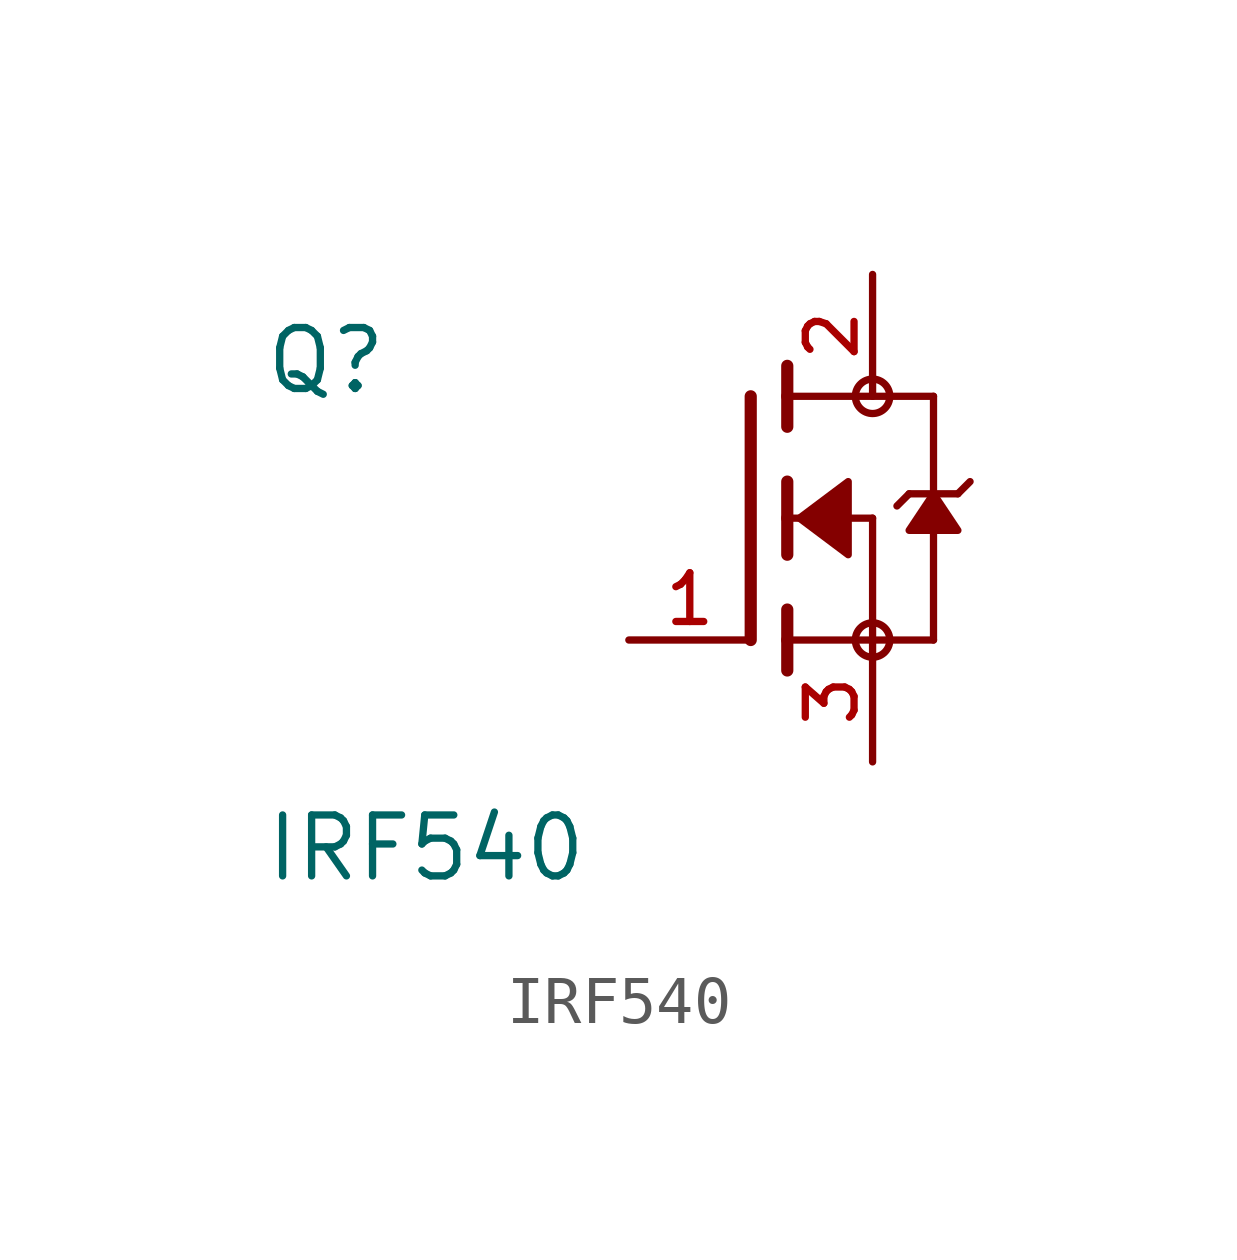
<source format=kicad_sym>
(kicad_symbol_lib
  (version 20211014)
  (generator kicad_symbol_editor)
  (symbol "IRF540"
    (pin_names
      (offset 1.016))
    (property "Reference" "Q"
      (at -10.16 2.54 0)
      (effects (font (size 1.27 1.27)) (justify bottom left)))
    (property "Value" "IRF540"
      (at -10.16 -7.62 0)
      (effects (font (size 1.27 1.27)) (justify bottom left)))
    (symbol "IRF540_0_0"
      (polyline (pts (xy 0.762 0.762) (xy 0.762 0.0)) (stroke (width 0.254)))
      (polyline (pts (xy 0.762 0.0) (xy 0.762 -0.762)) (stroke (width 0.254)))
      (polyline (pts (xy 0.762 3.175) (xy 0.762 2.54)) (stroke (width 0.254)))
      (polyline (pts (xy 0.762 2.54) (xy 0.762 1.905)) (stroke (width 0.254)))
      (polyline (pts (xy 0.762 0.0) (xy 2.54 0.0)) (stroke (width 0.152)))
      (polyline (pts (xy 2.54 0.0) (xy 2.54 -2.54)) (stroke (width 0.152)))
      (polyline (pts (xy 0.762 -1.905) (xy 0.762 -2.54)) (stroke (width 0.254)))
      (polyline (pts (xy 0.762 -2.54) (xy 0.762 -3.175)) (stroke (width 0.254)))
      (polyline (pts (xy 0.0 2.54) (xy 0.0 -2.54)) (stroke (width 0.254)))
      (polyline (pts (xy 2.54 -2.54) (xy 0.762 -2.54)) (stroke (width 0.152)))
      (polyline (pts (xy 3.81 2.54) (xy 3.81 0.508)) (stroke (width 0.152)))
      (polyline (pts (xy 3.81 0.508) (xy 3.81 -2.54)) (stroke (width 0.152)))
      (polyline (pts (xy 2.54 -2.54) (xy 3.81 -2.54)) (stroke (width 0.152)))
      (polyline (pts (xy 0.762 2.54) (xy 3.81 2.54)) (stroke (width 0.152)))
      (polyline (pts (xy 4.572 0.762) (xy 4.318 0.508)) (stroke (width 0.152)))
      (polyline (pts (xy 4.318 0.508) (xy 3.81 0.508)) (stroke (width 0.152)))
      (polyline (pts (xy 3.81 0.508) (xy 3.302 0.508)) (stroke (width 0.152)))
      (polyline (pts (xy 3.302 0.508) (xy 3.048 0.254)) (stroke (width 0.152)))
      (circle (center 2.54 -2.54) (radius 0.359) (stroke (width 0.0)) (fill (type none)))
      (circle (center 2.54 2.54) (radius 0.359) (stroke (width 0.0)) (fill (type none)))
      (polyline (pts (xy 3.81 0.508) (xy 3.302 -0.254) (xy 4.318 -0.254) (xy 3.81 0.508)) (stroke (width 0.152)) (fill (type outline)))
      (polyline (pts (xy 1.016 0.0) (xy 2.032 0.762) (xy 2.032 -0.762) (xy 1.016 0.0)) (stroke (width 0.152)) (fill (type outline)))
      (pin passive line (at 2.54 -5.08 90.0) (length 2.54) (name "~" (effects (font (size 1.016 1.016)))) (number "3" (effects (font (size 1.016 1.016)))))
      (pin passive line (at -2.54 -2.54 0) (length 2.54) (name "~" (effects (font (size 1.016 1.016)))) (number "1" (effects (font (size 1.016 1.016)))))
      (pin passive line (at 2.54 5.08 270.0) (length 2.54) (name "~" (effects (font (size 1.016 1.016)))) (number "2" (effects (font (size 1.016 1.016))))))))
</source>
